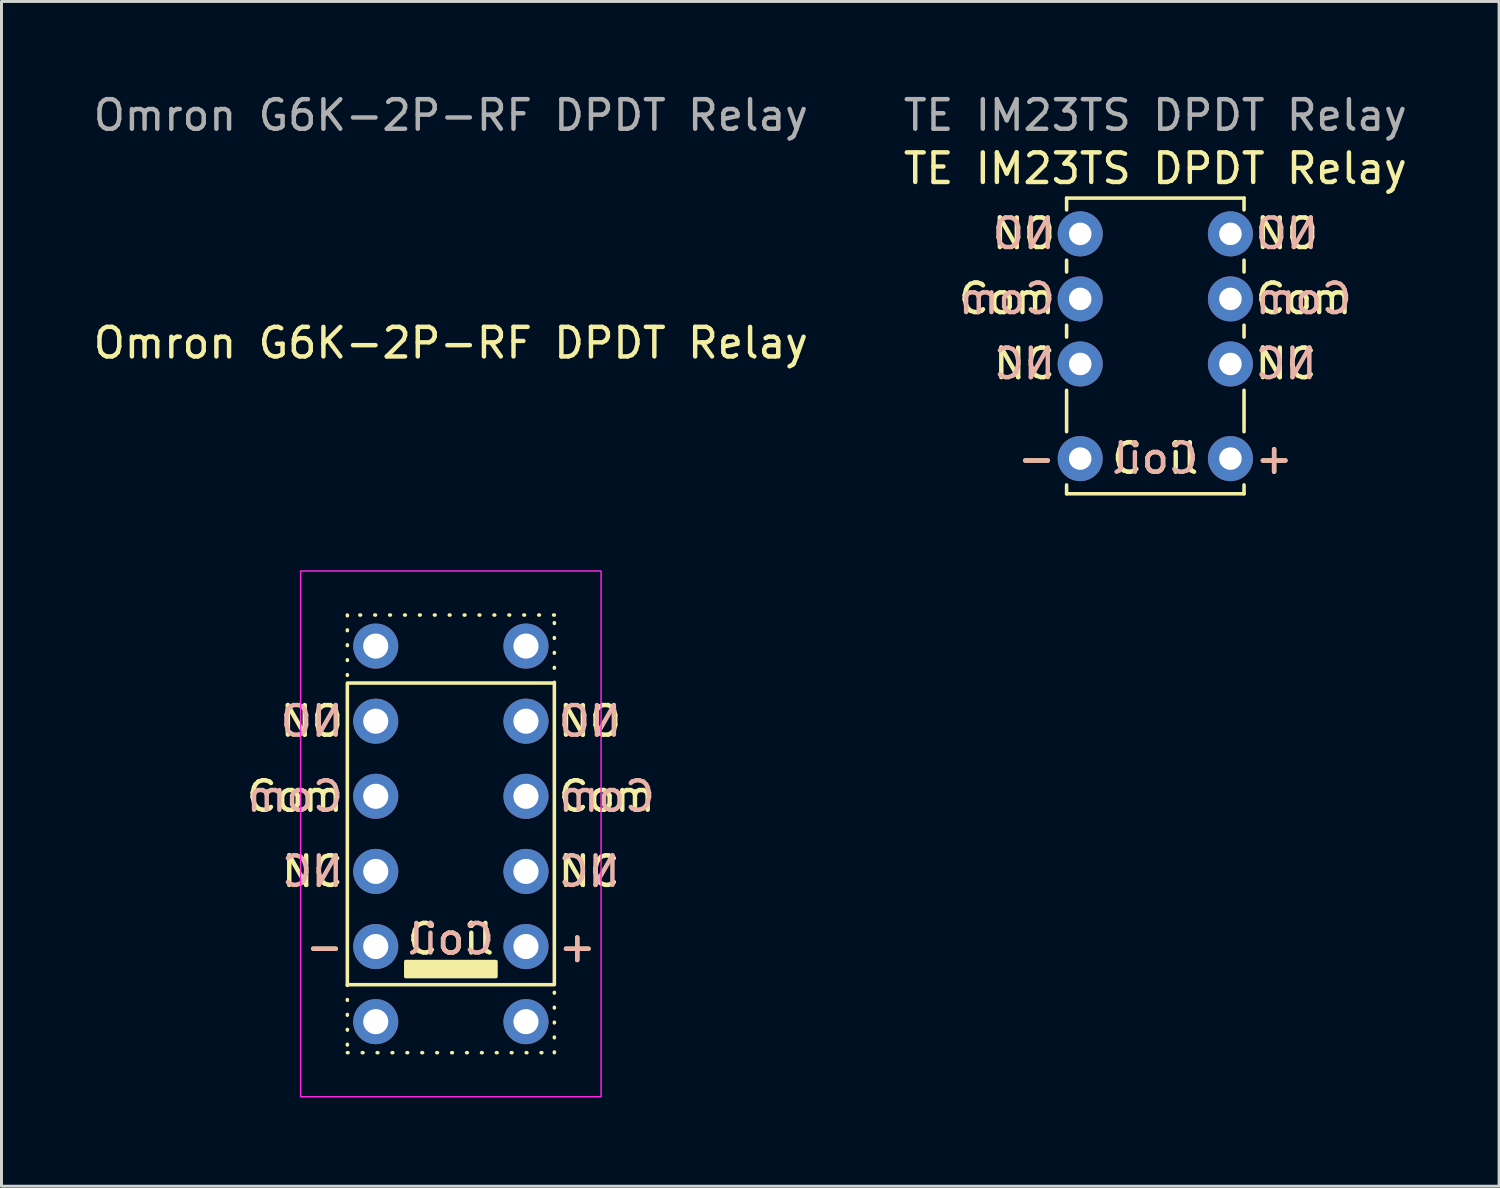
<source format=kicad_pcb>
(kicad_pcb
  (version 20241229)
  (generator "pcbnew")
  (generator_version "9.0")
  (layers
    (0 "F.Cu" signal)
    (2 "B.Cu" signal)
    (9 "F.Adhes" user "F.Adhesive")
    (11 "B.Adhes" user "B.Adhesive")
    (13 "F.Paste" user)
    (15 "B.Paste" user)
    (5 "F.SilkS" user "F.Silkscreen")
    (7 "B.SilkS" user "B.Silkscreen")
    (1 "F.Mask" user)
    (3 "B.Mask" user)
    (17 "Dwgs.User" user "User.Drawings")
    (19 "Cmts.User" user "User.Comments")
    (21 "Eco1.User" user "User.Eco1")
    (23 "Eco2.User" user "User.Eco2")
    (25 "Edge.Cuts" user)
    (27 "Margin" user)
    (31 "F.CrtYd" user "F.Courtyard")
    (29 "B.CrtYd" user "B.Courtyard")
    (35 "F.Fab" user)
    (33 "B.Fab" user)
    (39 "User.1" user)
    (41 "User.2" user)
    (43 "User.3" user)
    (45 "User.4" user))
  (footprint "TE IM23TS DPDT Relay"
    (layer "F.Cu")
    (at 36.018 8.648)
    (property "Reference" "TE IM23TS DPDT Relay" (at 0 -6 0) (unlocked yes) (layer "F.SilkS") (effects (font (size 1 1) (thickness 0.15))))
    (attr through_hole)
    (fp_line (start -3 -5) (end -3 -4.6) (stroke (width 0.12) (type default)) (layer "F.SilkS"))
    (fp_line (start -3 -5) (end 3 -5) (stroke (width 0.12) (type default)) (layer "F.SilkS"))
    (fp_line (start -3 -2.5) (end -3 -2.9) (stroke (width 0.12) (type default)) (layer "F.SilkS"))
    (fp_line (start -3 -0.3) (end -3 -0.7) (stroke (width 0.12) (type default)) (layer "F.SilkS"))
    (fp_line (start -3 2.9) (end -3 1.5) (stroke (width 0.12) (type default)) (layer "F.SilkS"))
    (fp_line (start -3 5) (end -3 4.7) (stroke (width 0.12) (type default)) (layer "F.SilkS"))
    (fp_line (start -3 5) (end 3 5) (stroke (width 0.12) (type default)) (layer "F.SilkS"))
    (fp_line (start 3 -5) (end 3 -4.6) (stroke (width 0.12) (type default)) (layer "F.SilkS"))
    (fp_line (start 3 -2.5) (end 3 -2.9) (stroke (width 0.12) (type default)) (layer "F.SilkS"))
    (fp_line (start 3 -0.3) (end 3 -0.7) (stroke (width 0.12) (type default)) (layer "F.SilkS"))
    (fp_line (start 3 2.9) (end 3 1.5) (stroke (width 0.12) (type default)) (layer "F.SilkS"))
    (fp_line (start 3 5) (end 3 4.7) (stroke (width 0.12) (type default)) (layer "F.SilkS"))
    (fp_text user "Com" (at 3.3 -1.6 0) (unlocked yes) (layer "F.SilkS") (effects (font (size 1 1) (thickness 0.15)) (justify left)))
    (fp_text user "NC" (at -3.3 0.6 0) (unlocked yes) (layer "F.SilkS") (effects (font (size 1 1) (thickness 0.15)) (justify right)))
    (fp_text user "NC" (at 3.3 0.6 0) (unlocked yes) (layer "F.SilkS") (effects (font (size 1 1) (thickness 0.15)) (justify left)))
    (fp_text user "-" (at -3.3 3.8 0) (unlocked yes) (layer "F.SilkS") (effects (font (size 1 1) (thickness 0.15)) (justify right)))
    (fp_text user "Com" (at -3.3 -1.6 0) (unlocked yes) (layer "F.SilkS") (effects (font (size 1 1) (thickness 0.15)) (justify right)))
    (fp_text user "+" (at 3.3 3.8 0) (unlocked yes) (layer "F.SilkS") (effects (font (size 1 1) (thickness 0.15)) (justify left)))
    (fp_text user "NO" (at -3.3 -3.8 0) (unlocked yes) (layer "F.SilkS") (effects (font (size 1 1) (thickness 0.15)) (justify right)))
    (fp_text user "NO" (at 3.3 -3.8 0) (unlocked yes) (layer "F.SilkS") (effects (font (size 1 1) (thickness 0.15)) (justify left)))
    (fp_text user "Coil" (at 0 3.8 0) (unlocked yes) (layer "F.SilkS") (effects (font (size 1 1) (thickness 0.15))))
    (fp_text user "-" (at -3.3 3.8 0) (unlocked yes) (layer "B.SilkS") (effects (font (size 1 1) (thickness 0.15)) (justify left mirror)))
    (fp_text user "NO" (at 3.3 -3.8 0) (unlocked yes) (layer "B.SilkS") (effects (font (size 1 1) (thickness 0.15)) (justify right mirror)))
    (fp_text user "NC" (at -3.3 0.6 0) (unlocked yes) (layer "B.SilkS") (effects (font (size 1 1) (thickness 0.15)) (justify left mirror)))
    (fp_text user "Coil" (at 0 3.8 0) (unlocked yes) (layer "B.SilkS") (effects (font (size 1 1) (thickness 0.15)) (justify mirror)))
    (fp_text user "+" (at 3.3 3.8 0) (unlocked yes) (layer "B.SilkS") (effects (font (size 1 1) (thickness 0.15)) (justify right mirror)))
    (fp_text user "NC" (at 3.3 0.6 0) (unlocked yes) (layer "B.SilkS") (effects (font (size 1 1) (thickness 0.15)) (justify right mirror)))
    (fp_text user "Com" (at -3.3 -1.6 0) (unlocked yes) (layer "B.SilkS") (effects (font (size 1 1) (thickness 0.15)) (justify left mirror)))
    (fp_text user "Com" (at 3.3 -1.6 0) (unlocked yes) (layer "B.SilkS") (effects (font (size 1 1) (thickness 0.15)) (justify right mirror)))
    (fp_text user "NO" (at -3.3 -3.8 0) (unlocked yes) (layer "B.SilkS") (effects (font (size 1 1) (thickness 0.15)) (justify left mirror)))
    (fp_text user "${REFERENCE}" (at 0 -7.8 0) (unlocked yes) (layer "F.Fab") (effects (font (size 1 1) (thickness 0.15))))
    (pad "1" thru_hole circle (at 2.54 3.81) (size 1.524 1.524) (drill 0.762) (layers "*.Cu" "*.Mask"))
    (pad "2" thru_hole circle (at 2.54 0.61) (size 1.524 1.524) (drill 0.762) (layers "*.Cu" "*.Mask"))
    (pad "3" thru_hole circle (at 2.54 -1.59) (size 1.524 1.524) (drill 0.762) (layers "*.Cu" "*.Mask"))
    (pad "4" thru_hole circle (at 2.54 -3.79) (size 1.524 1.524) (drill 0.762) (layers "*.Cu" "*.Mask"))
    (pad "5" thru_hole circle (at -2.54 -3.79) (size 1.524 1.524) (drill 0.762) (layers "*.Cu" "*.Mask"))
    (pad "6" thru_hole circle (at -2.54 -1.59) (size 1.524 1.524) (drill 0.762) (layers "*.Cu" "*.Mask"))
    (pad "7" thru_hole circle (at -2.54 0.61) (size 1.524 1.524) (drill 0.762) (layers "*.Cu" "*.Mask"))
    (pad "8" thru_hole circle (at -2.54 3.81) (size 1.524 1.524) (drill 0.762) (layers "*.Cu" "*.Mask")))
  (footprint "Omron G6K-2P-RF DPDT Relay"
    (layer "F.Cu")
    (at 12.196 25.148)
    (property "Reference" "Omron G6K-2P-RF DPDT Relay" (at 0 -16.6 0) (unlocked yes) (layer "F.SilkS") (effects (font (size 1 1) (thickness 0.15))))
    (attr through_hole)
    (fp_line (start -3.5 -7.4) (end -3.5 -5.1) (stroke (width 0.12) (type dot)) (layer "F.SilkS"))
    (fp_line (start -3.5 5.1) (end -3.5 7.4) (stroke (width 0.12) (type dot)) (layer "F.SilkS"))
    (fp_line (start -3.5 7.4) (end 3.5 7.4) (stroke (width 0.12) (type dot)) (layer "F.SilkS"))
    (fp_line (start 3.5 -7.4) (end -3.5 -7.4) (stroke (width 0.12) (type dot)) (layer "F.SilkS"))
    (fp_line (start 3.5 -5.1) (end 3.5 -7.4) (stroke (width 0.12) (type dot)) (layer "F.SilkS"))
    (fp_line (start 3.5 7.4) (end 3.5 5.1) (stroke (width 0.12) (type dot)) (layer "F.SilkS"))
    (fp_rect (start -3.5 -5.1) (end 3.5 5.1) (stroke (width 0.12) (type default)) (fill no) (layer "F.SilkS"))
    (fp_rect (start -1.524 4.318) (end 1.524 4.826) (stroke (width 0.12) (type solid)) (fill yes) (layer "F.SilkS"))
    (fp_rect (start -5.08 -8.89) (end 5.08 8.89) (stroke (width 0.05) (type default)) (fill no) (layer "F.CrtYd"))
    (fp_text user "+" (at 3.556 3.81 0) (unlocked yes) (layer "F.SilkS") (effects (font (size 1 1) (thickness 0.15)) (justify left)))
    (fp_text user "NC" (at -3.556 1.27 0) (unlocked yes) (layer "F.SilkS") (effects (font (size 1 1) (thickness 0.15)) (justify right)))
    (fp_text user "Com" (at 3.556 -1.27 0) (unlocked yes) (layer "F.SilkS") (effects (font (size 1 1) (thickness 0.15)) (justify left)))
    (fp_text user "-" (at -3.556 3.81 0) (unlocked yes) (layer "F.SilkS") (effects (font (size 1 1) (thickness 0.15)) (justify right)))
    (fp_text user "NO" (at -3.556 -3.81 0) (unlocked yes) (layer "F.SilkS") (effects (font (size 1 1) (thickness 0.15)) (justify right)))
    (fp_text user "NO" (at 3.556 -3.81 0) (unlocked yes) (layer "F.SilkS") (effects (font (size 1 1) (thickness 0.15)) (justify left)))
    (fp_text user "Com" (at -3.556 -1.27 0) (unlocked yes) (layer "F.SilkS") (effects (font (size 1 1) (thickness 0.15)) (justify right)))
    (fp_text user "Coil" (at 0 3.556 0) (unlocked yes) (layer "F.SilkS") (effects (font (size 1 1) (thickness 0.15))))
    (fp_text user "NC" (at 3.556 1.27 0) (unlocked yes) (layer "F.SilkS") (effects (font (size 1 1) (thickness 0.15)) (justify left)))
    (fp_text user "+" (at 3.556 3.81 0) (unlocked yes) (layer "B.SilkS") (effects (font (size 1 1) (thickness 0.15)) (justify right mirror)))
    (fp_text user "-" (at -3.556 3.81 0) (unlocked yes) (layer "B.SilkS") (effects (font (size 1 1) (thickness 0.15)) (justify left mirror)))
    (fp_text user "NC" (at 3.556 1.27 0) (unlocked yes) (layer "B.SilkS") (effects (font (size 1 1) (thickness 0.15)) (justify right mirror)))
    (fp_text user "NO" (at 3.556 -3.81 0) (unlocked yes) (layer "B.SilkS") (effects (font (size 1 1) (thickness 0.15)) (justify right mirror)))
    (fp_text user "Coil" (at 0 3.556 0) (unlocked yes) (layer "B.SilkS") (effects (font (size 1 1) (thickness 0.15)) (justify mirror)))
    (fp_text user "Com" (at -3.556 -1.27 0) (unlocked yes) (layer "B.SilkS") (effects (font (size 1 1) (thickness 0.15)) (justify left mirror)))
    (fp_text user "NO" (at -3.556 -3.81 0) (unlocked yes) (layer "B.SilkS") (effects (font (size 1 1) (thickness 0.15)) (justify left mirror)))
    (fp_text user "Com" (at 3.556 -1.27 0) (unlocked yes) (layer "B.SilkS") (effects (font (size 1 1) (thickness 0.15)) (justify right mirror)))
    (fp_text user "NC" (at -3.556 1.27 0) (unlocked yes) (layer "B.SilkS") (effects (font (size 1 1) (thickness 0.15)) (justify left mirror)))
    (fp_text user "${REFERENCE}" (at 0 -24.3 0) (unlocked yes) (layer "F.Fab") (effects (font (size 1 1) (thickness 0.15))))
    (pad "1" thru_hole circle (at 2.54 3.81) (size 1.524 1.524) (drill 0.85) (layers "*.Cu" "*.Mask"))
    (pad "2" thru_hole circle (at 2.54 1.27) (size 1.524 1.524) (drill 0.85) (layers "*.Cu" "*.Mask"))
    (pad "3" thru_hole circle (at 2.54 -1.27) (size 1.524 1.524) (drill 0.85) (layers "*.Cu" "*.Mask"))
    (pad "4" thru_hole circle (at 2.54 -3.81) (size 1.524 1.524) (drill 0.85) (layers "*.Cu" "*.Mask"))
    (pad "5" thru_hole circle (at -2.54 -3.81) (size 1.524 1.524) (drill 0.85) (layers "*.Cu" "*.Mask"))
    (pad "6" thru_hole circle (at -2.54 -1.27) (size 1.524 1.524) (drill 0.85) (layers "*.Cu" "*.Mask"))
    (pad "7" thru_hole circle (at -2.54 1.27) (size 1.524 1.524) (drill 0.85) (layers "*.Cu" "*.Mask"))
    (pad "8" thru_hole circle (at -2.54 3.81) (size 1.524 1.524) (drill 0.85) (layers "*.Cu" "*.Mask"))
    (pad "Sh" thru_hole circle (at -2.54 -6.35) (size 1.524 1.524) (drill 0.85) (layers "*.Cu" "*.Mask"))
    (pad "Sh" thru_hole circle (at -2.54 6.35) (size 1.524 1.524) (drill 0.85) (layers "*.Cu" "*.Mask"))
    (pad "Sh" thru_hole circle (at 2.54 -6.35) (size 1.524 1.524) (drill 0.85) (layers "*.Cu" "*.Mask"))
    (pad "Sh" thru_hole circle (at 2.54 6.35) (size 1.524 1.524) (drill 0.85) (layers "*.Cu" "*.Mask")))
  (gr_rect
    (start -3 -3)
    (end 47.643 37.063)
    (stroke (width 0.1) (type default))
    (fill no)
    (layer "Edge.Cuts")))
</source>
